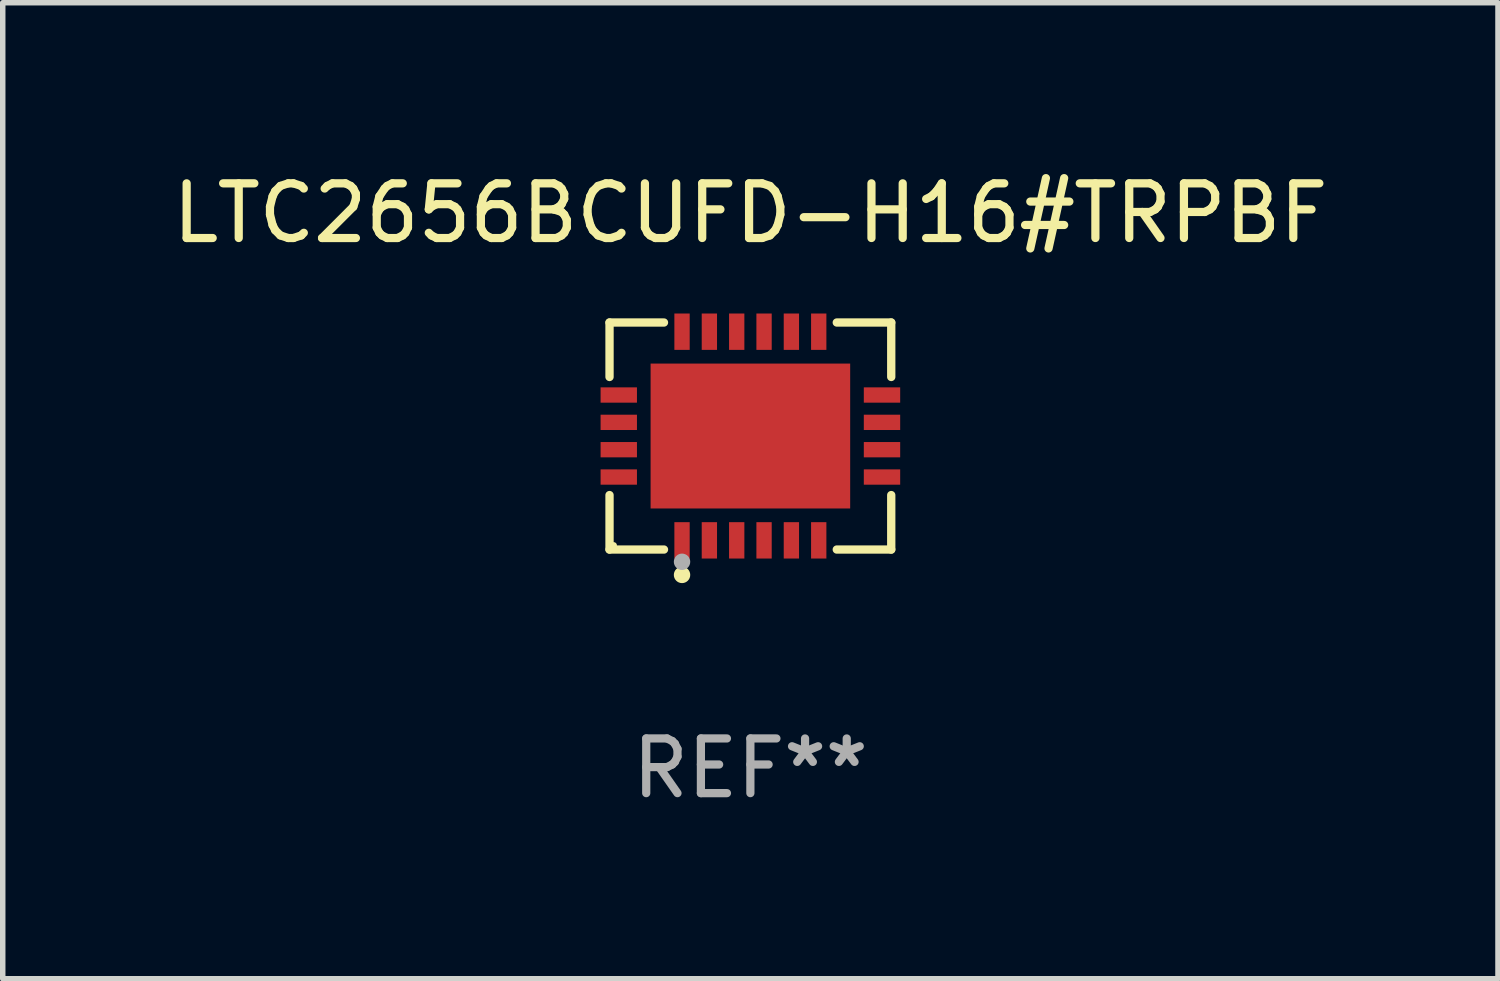
<source format=kicad_pcb>
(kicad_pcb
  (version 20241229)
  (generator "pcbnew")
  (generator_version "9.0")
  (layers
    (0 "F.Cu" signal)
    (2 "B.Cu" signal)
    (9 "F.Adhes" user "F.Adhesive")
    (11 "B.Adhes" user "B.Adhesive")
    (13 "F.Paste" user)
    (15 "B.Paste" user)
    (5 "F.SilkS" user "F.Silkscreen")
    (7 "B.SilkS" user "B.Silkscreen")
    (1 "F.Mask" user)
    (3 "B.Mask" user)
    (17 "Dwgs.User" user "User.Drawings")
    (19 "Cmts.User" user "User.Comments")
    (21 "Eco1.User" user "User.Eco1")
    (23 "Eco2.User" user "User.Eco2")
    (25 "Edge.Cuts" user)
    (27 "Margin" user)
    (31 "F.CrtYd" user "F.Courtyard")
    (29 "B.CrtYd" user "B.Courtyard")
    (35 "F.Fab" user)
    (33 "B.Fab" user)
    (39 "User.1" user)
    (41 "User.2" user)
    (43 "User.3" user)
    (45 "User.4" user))
  (footprint "LTC2656BCUFD-H16#TRPBF"
    (layer "F.Cu")
    (at 10.673 4.924)
    (property "Reference" "LTC2656BCUFD-H16#TRPBF" (at 0 -4.076 0) (layer "F.SilkS") (effects (font (size 1 1) (thickness 0.15))))
    (attr through_hole)
    (fp_line (start -2.576 -2.076) (end -1.58 -2.076) (stroke (width 0.152) (type solid)) (layer "F.SilkS"))
    (fp_line (start -2.576 -1.08) (end -2.576 -2.076) (stroke (width 0.152) (type solid)) (layer "F.SilkS"))
    (fp_line (start -2.576 1.08) (end -2.576 2.076) (stroke (width 0.152) (type solid)) (layer "F.SilkS"))
    (fp_line (start -2.576 2.076) (end -1.58 2.076) (stroke (width 0.152) (type solid)) (layer "F.SilkS"))
    (fp_line (start 2.576 -2.076) (end 1.58 -2.076) (stroke (width 0.152) (type solid)) (layer "F.SilkS"))
    (fp_line (start 2.576 -1.08) (end 2.576 -2.076) (stroke (width 0.152) (type solid)) (layer "F.SilkS"))
    (fp_line (start 2.576 1.08) (end 2.576 2.076) (stroke (width 0.152) (type solid)) (layer "F.SilkS"))
    (fp_line (start 2.576 2.076) (end 1.58 2.076) (stroke (width 0.152) (type solid)) (layer "F.SilkS"))
    (fp_circle (center -2.5 2) (end -2.47 2) (stroke (width 0.06) (type solid)) (fill no) (layer "F.SilkS"))
    (fp_circle (center -1.25 2.54) (end -1.175 2.54) (stroke (width 0.15) (type solid)) (fill no) (layer "F.SilkS"))
    (fp_circle (center -1.25 2.3) (end -1.175 2.3) (stroke (width 0.15) (type solid)) (fill no) (layer "F.Fab"))
    (fp_text user "REF**" (at 0 6.076 0) (layer "F.Fab") (effects (font (size 1 1) (thickness 0.15))))
    (pad "1" smd rect (at -1.25 1.908) (size 0.28 0.665) (layers "F.Cu" "F.Mask" "F.Paste"))
    (pad "2" smd rect (at -0.75 1.908) (size 0.28 0.665) (layers "F.Cu" "F.Mask" "F.Paste"))
    (pad "3" smd rect (at -0.25 1.908) (size 0.28 0.665) (layers "F.Cu" "F.Mask" "F.Paste"))
    (pad "4" smd rect (at 0.25 1.908) (size 0.28 0.665) (layers "F.Cu" "F.Mask" "F.Paste"))
    (pad "5" smd rect (at 0.75 1.908) (size 0.28 0.665) (layers "F.Cu" "F.Mask" "F.Paste"))
    (pad "6" smd rect (at 1.25 1.908) (size 0.28 0.665) (layers "F.Cu" "F.Mask" "F.Paste"))
    (pad "7" smd rect (at 2.407 0.75) (size 0.665 0.28) (layers "F.Cu" "F.Mask" "F.Paste"))
    (pad "8" smd rect (at 2.407 0.25) (size 0.665 0.28) (layers "F.Cu" "F.Mask" "F.Paste"))
    (pad "9" smd rect (at 2.407 -0.25) (size 0.665 0.28) (layers "F.Cu" "F.Mask" "F.Paste"))
    (pad "10" smd rect (at 2.407 -0.75) (size 0.665 0.28) (layers "F.Cu" "F.Mask" "F.Paste"))
    (pad "11" smd rect (at 1.25 -1.908) (size 0.28 0.665) (layers "F.Cu" "F.Mask" "F.Paste"))
    (pad "12" smd rect (at 0.75 -1.908) (size 0.28 0.665) (layers "F.Cu" "F.Mask" "F.Paste"))
    (pad "13" smd rect (at 0.25 -1.908) (size 0.28 0.665) (layers "F.Cu" "F.Mask" "F.Paste"))
    (pad "14" smd rect (at -0.25 -1.908) (size 0.28 0.665) (layers "F.Cu" "F.Mask" "F.Paste"))
    (pad "15" smd rect (at -0.75 -1.908) (size 0.28 0.665) (layers "F.Cu" "F.Mask" "F.Paste"))
    (pad "16" smd rect (at -1.25 -1.908) (size 0.28 0.665) (layers "F.Cu" "F.Mask" "F.Paste"))
    (pad "17" smd rect (at -2.407 -0.75) (size 0.665 0.28) (layers "F.Cu" "F.Mask" "F.Paste"))
    (pad "18" smd rect (at -2.407 -0.25) (size 0.665 0.28) (layers "F.Cu" "F.Mask" "F.Paste"))
    (pad "19" smd rect (at -2.407 0.25) (size 0.665 0.28) (layers "F.Cu" "F.Mask" "F.Paste"))
    (pad "20" smd rect (at -2.407 0.75) (size 0.665 0.28) (layers "F.Cu" "F.Mask" "F.Paste"))
    (pad "21" smd rect (at 0 0) (size 3.65 2.65) (layers "F.Cu" "F.Mask" "F.Paste")))
  (gr_rect
    (start -3 -3)
    (end 24.345 14.849)
    (stroke (width 0.1) (type default))
    (fill no)
    (layer "Edge.Cuts")))
</source>
